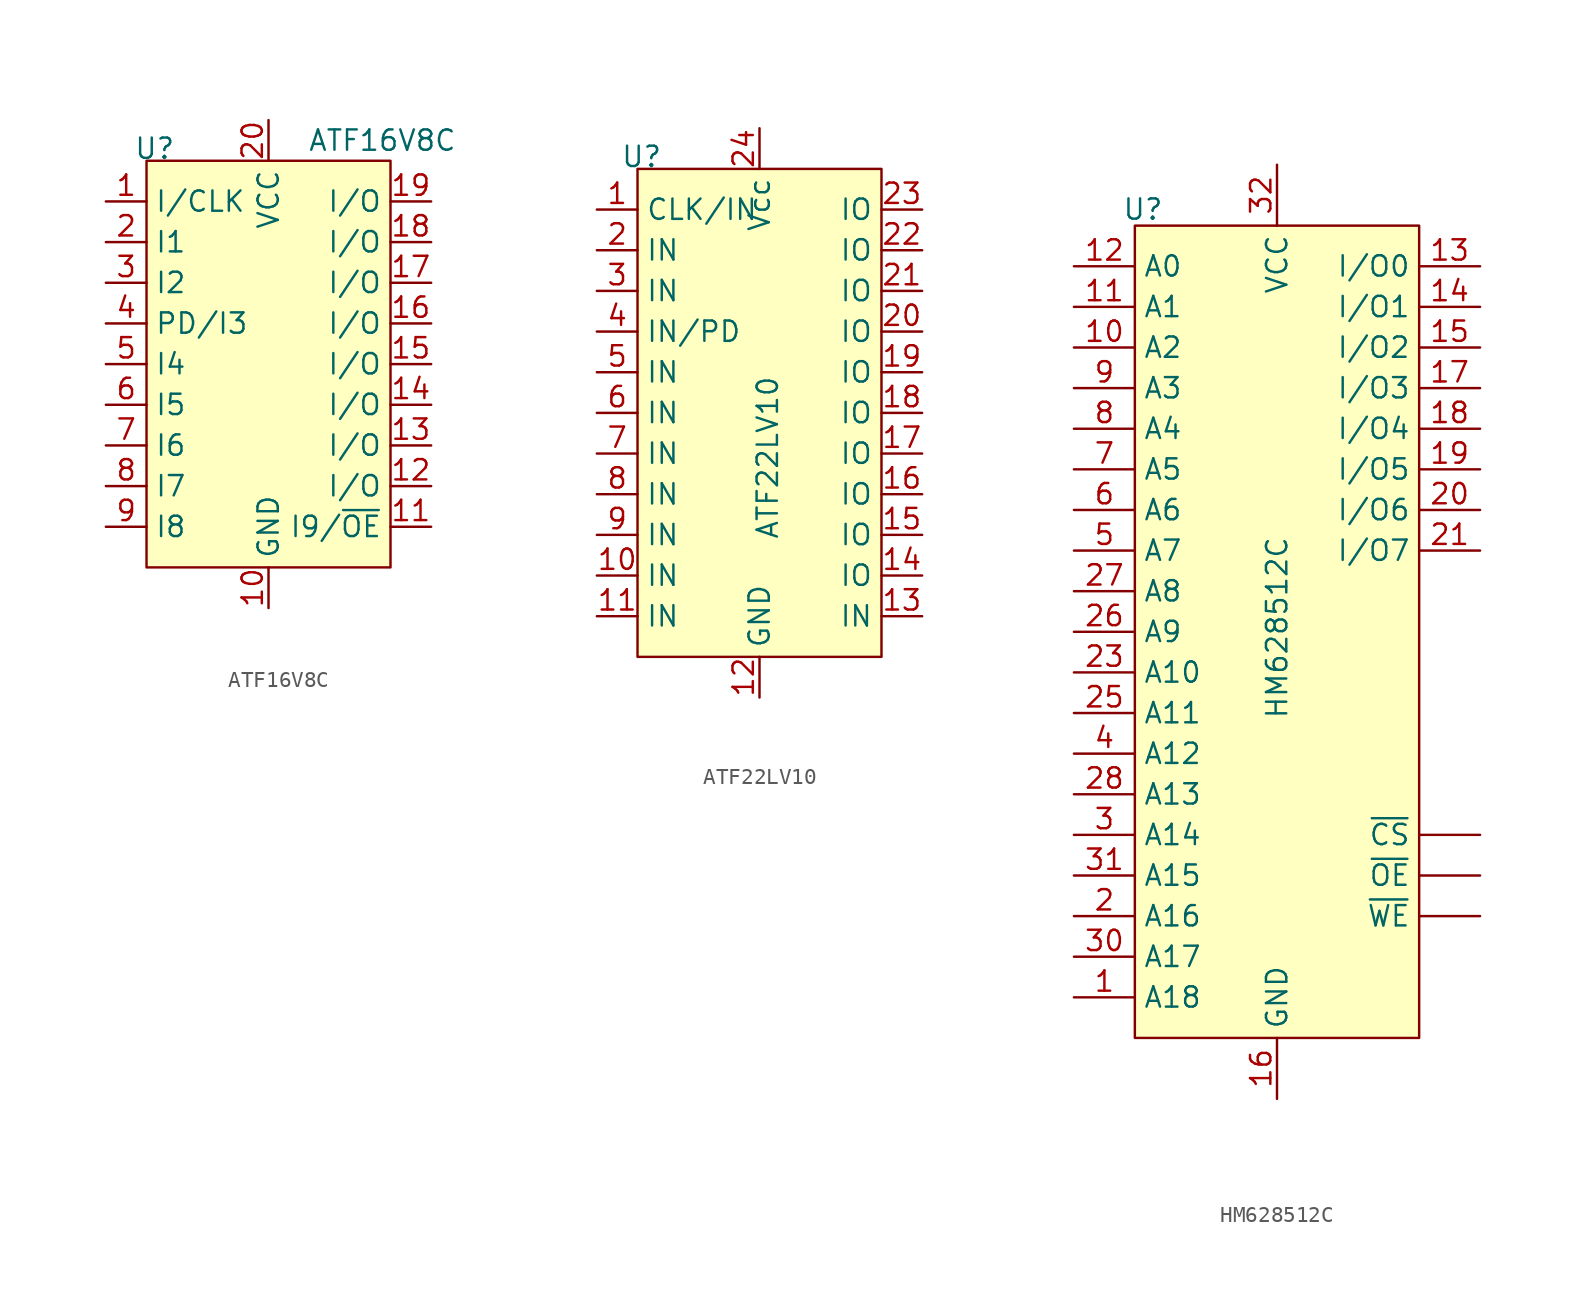
<source format=kicad_sym>
(kicad_symbol_lib
  (version 20231120)
  (generator "kicad_symbol_editor")
  (generator_version "8.0")
  (symbol "ATF16V8C"
    (property "Reference" "U"
      (at 0.508 0.762 0)
      (effects (font (size 1.27 1.27))))
    (property "Value" "ATF16V8C"
      (at 14.732 1.27 0)
      (effects (font (size 1.27 1.27))))
    (symbol "ATF16V8C_1_1"
      (rectangle (start 0 0) (end 15.24 -25.4) (stroke (width 0) (type default)) (fill (type background)))
      (pin input line (at -2.54 -2.54 0) (length 2.54) (name "I/CLK" (effects (font (size 1.27 1.27)))) (number "1" (effects (font (size 1.27 1.27)))))
      (pin power_in line (at 7.62 -27.94 90) (length 2.54) (name "GND" (effects (font (size 1.27 1.27)))) (number "10" (effects (font (size 1.27 1.27)))))
      (pin bidirectional line (at 17.78 -22.86 180) (length 2.54) (name "I9/~{OE}" (effects (font (size 1.27 1.27)))) (number "11" (effects (font (size 1.27 1.27)))))
      (pin bidirectional line (at 17.78 -20.32 180) (length 2.54) (name "I/O" (effects (font (size 1.27 1.27)))) (number "12" (effects (font (size 1.27 1.27)))))
      (pin bidirectional line (at 17.78 -17.78 180) (length 2.54) (name "I/O" (effects (font (size 1.27 1.27)))) (number "13" (effects (font (size 1.27 1.27)))))
      (pin bidirectional line (at 17.78 -15.24 180) (length 2.54) (name "I/O" (effects (font (size 1.27 1.27)))) (number "14" (effects (font (size 1.27 1.27)))))
      (pin bidirectional line (at 17.78 -12.7 180) (length 2.54) (name "I/O" (effects (font (size 1.27 1.27)))) (number "15" (effects (font (size 1.27 1.27)))))
      (pin bidirectional line (at 17.78 -10.16 180) (length 2.54) (name "I/O" (effects (font (size 1.27 1.27)))) (number "16" (effects (font (size 1.27 1.27)))))
      (pin bidirectional line (at 17.78 -7.62 180) (length 2.54) (name "I/O" (effects (font (size 1.27 1.27)))) (number "17" (effects (font (size 1.27 1.27)))))
      (pin bidirectional line (at 17.78 -5.08 180) (length 2.54) (name "I/O" (effects (font (size 1.27 1.27)))) (number "18" (effects (font (size 1.27 1.27)))))
      (pin bidirectional line (at 17.78 -2.54 180) (length 2.54) (name "I/O" (effects (font (size 1.27 1.27)))) (number "19" (effects (font (size 1.27 1.27)))))
      (pin input line (at -2.54 -5.08 0) (length 2.54) (name "I1" (effects (font (size 1.27 1.27)))) (number "2" (effects (font (size 1.27 1.27)))))
      (pin power_in line (at 7.62 2.54 270) (length 2.54) (name "VCC" (effects (font (size 1.27 1.27)))) (number "20" (effects (font (size 1.27 1.27)))))
      (pin input line (at -2.54 -7.62 0) (length 2.54) (name "I2" (effects (font (size 1.27 1.27)))) (number "3" (effects (font (size 1.27 1.27)))))
      (pin input line (at -2.54 -10.16 0) (length 2.54) (name "PD/I3" (effects (font (size 1.27 1.27)))) (number "4" (effects (font (size 1.27 1.27)))))
      (pin input line (at -2.54 -12.7 0) (length 2.54) (name "I4" (effects (font (size 1.27 1.27)))) (number "5" (effects (font (size 1.27 1.27)))))
      (pin input line (at -2.54 -15.24 0) (length 2.54) (name "I5" (effects (font (size 1.27 1.27)))) (number "6" (effects (font (size 1.27 1.27)))))
      (pin input line (at -2.54 -17.78 0) (length 2.54) (name "I6" (effects (font (size 1.27 1.27)))) (number "7" (effects (font (size 1.27 1.27)))))
      (pin input line (at -2.54 -20.32 0) (length 2.54) (name "I7" (effects (font (size 1.27 1.27)))) (number "8" (effects (font (size 1.27 1.27)))))
      (pin input line (at -2.54 -22.86 0) (length 2.54) (name "I8" (effects (font (size 1.27 1.27)))) (number "9" (effects (font (size 1.27 1.27)))))))
  (symbol "ATF22LV10"
    (property "Reference" "U"
      (at 0.254 0.762 0)
      (effects (font (size 1.27 1.27))))
    (property "Value" "ATF22LV10"
      (at 8.128 -18.034 90)
      (effects (font (size 1.27 1.27))))
    (symbol "ATF22LV10_1_1"
      (rectangle (start 0 0) (end 15.24 -30.48) (stroke (width 0) (type default)) (fill (type background)))
      (pin input line (at -2.54 -2.54 0) (length 2.54) (name "CLK/IN" (effects (font (size 1.27 1.27)))) (number "1" (effects (font (size 1.27 1.27)))))
      (pin input line (at -2.54 -25.4 0) (length 2.54) (name "IN" (effects (font (size 1.27 1.27)))) (number "10" (effects (font (size 1.27 1.27)))))
      (pin input line (at -2.54 -27.94 0) (length 2.54) (name "IN" (effects (font (size 1.27 1.27)))) (number "11" (effects (font (size 1.27 1.27)))))
      (pin power_in line (at 7.62 -33.02 90) (length 2.54) (name "GND" (effects (font (size 1.27 1.27)))) (number "12" (effects (font (size 1.27 1.27)))))
      (pin input line (at 17.78 -27.94 180) (length 2.54) (name "IN" (effects (font (size 1.27 1.27)))) (number "13" (effects (font (size 1.27 1.27)))))
      (pin bidirectional line (at 17.78 -25.4 180) (length 2.54) (name "IO" (effects (font (size 1.27 1.27)))) (number "14" (effects (font (size 1.27 1.27)))))
      (pin bidirectional line (at 17.78 -22.86 180) (length 2.54) (name "IO" (effects (font (size 1.27 1.27)))) (number "15" (effects (font (size 1.27 1.27)))))
      (pin bidirectional line (at 17.78 -20.32 180) (length 2.54) (name "IO" (effects (font (size 1.27 1.27)))) (number "16" (effects (font (size 1.27 1.27)))))
      (pin bidirectional line (at 17.78 -17.78 180) (length 2.54) (name "IO" (effects (font (size 1.27 1.27)))) (number "17" (effects (font (size 1.27 1.27)))))
      (pin bidirectional line (at 17.78 -15.24 180) (length 2.54) (name "IO" (effects (font (size 1.27 1.27)))) (number "18" (effects (font (size 1.27 1.27)))))
      (pin bidirectional line (at 17.78 -12.7 180) (length 2.54) (name "IO" (effects (font (size 1.27 1.27)))) (number "19" (effects (font (size 1.27 1.27)))))
      (pin input line (at -2.54 -5.08 0) (length 2.54) (name "IN" (effects (font (size 1.27 1.27)))) (number "2" (effects (font (size 1.27 1.27)))))
      (pin bidirectional line (at 17.78 -10.16 180) (length 2.54) (name "IO" (effects (font (size 1.27 1.27)))) (number "20" (effects (font (size 1.27 1.27)))))
      (pin bidirectional line (at 17.78 -7.62 180) (length 2.54) (name "IO" (effects (font (size 1.27 1.27)))) (number "21" (effects (font (size 1.27 1.27)))))
      (pin bidirectional line (at 17.78 -5.08 180) (length 2.54) (name "IO" (effects (font (size 1.27 1.27)))) (number "22" (effects (font (size 1.27 1.27)))))
      (pin bidirectional line (at 17.78 -2.54 180) (length 2.54) (name "IO" (effects (font (size 1.27 1.27)))) (number "23" (effects (font (size 1.27 1.27)))))
      (pin power_in line (at 7.62 2.54 270) (length 2.54) (name "Vcc" (effects (font (size 1.27 1.27)))) (number "24" (effects (font (size 1.27 1.27)))))
      (pin input line (at -2.54 -7.62 0) (length 2.54) (name "IN" (effects (font (size 1.27 1.27)))) (number "3" (effects (font (size 1.27 1.27)))))
      (pin input line (at -2.54 -10.16 0) (length 2.54) (name "IN/PD" (effects (font (size 1.27 1.27)))) (number "4" (effects (font (size 1.27 1.27)))))
      (pin input line (at -2.54 -12.7 0) (length 2.54) (name "IN" (effects (font (size 1.27 1.27)))) (number "5" (effects (font (size 1.27 1.27)))))
      (pin input line (at -2.54 -15.24 0) (length 2.54) (name "IN" (effects (font (size 1.27 1.27)))) (number "6" (effects (font (size 1.27 1.27)))))
      (pin input line (at -2.54 -17.78 0) (length 2.54) (name "IN" (effects (font (size 1.27 1.27)))) (number "7" (effects (font (size 1.27 1.27)))))
      (pin input line (at -2.54 -20.32 0) (length 2.54) (name "IN" (effects (font (size 1.27 1.27)))) (number "8" (effects (font (size 1.27 1.27)))))
      (pin input line (at -2.54 -22.86 0) (length 2.54) (name "IN" (effects (font (size 1.27 1.27)))) (number "9" (effects (font (size 1.27 1.27)))))))
  (symbol "HM628512C"
    (property "Reference" "U"
      (at 0.508 1.016 0)
      (effects (font (size 1.27 1.27))))
    (property "Value" "HM628512C"
      (at 8.89 -25.146 90)
      (effects (font (size 1.27 1.27))))
    (symbol "HM628512C_1_1"
      (rectangle (start 0 0) (end 17.78 -50.8) (stroke (width 0) (type default)) (fill (type background)))
      (pin bidirectional line (at 21.59 -38.1 180) (length 3.81) (name "~{CS}" (effects (font (size 1.27 1.27)))) (number "" (effects (font (size 1.27 1.27)))))
      (pin bidirectional line (at 21.59 -40.64 180) (length 3.81) (name "~{OE}" (effects (font (size 1.27 1.27)))) (number "" (effects (font (size 1.27 1.27)))))
      (pin bidirectional line (at 21.59 -43.18 180) (length 3.81) (name "~{WE}" (effects (font (size 1.27 1.27)))) (number "" (effects (font (size 1.27 1.27)))))
      (pin input line (at -3.81 -48.26 0) (length 3.81) (name "A18" (effects (font (size 1.27 1.27)))) (number "1" (effects (font (size 1.27 1.27)))))
      (pin input line (at -3.81 -7.62 0) (length 3.81) (name "A2" (effects (font (size 1.27 1.27)))) (number "10" (effects (font (size 1.27 1.27)))))
      (pin input line (at -3.81 -5.08 0) (length 3.81) (name "A1" (effects (font (size 1.27 1.27)))) (number "11" (effects (font (size 1.27 1.27)))))
      (pin input line (at -3.81 -2.54 0) (length 3.81) (name "A0" (effects (font (size 1.27 1.27)))) (number "12" (effects (font (size 1.27 1.27)))))
      (pin bidirectional line (at 21.59 -2.54 180) (length 3.81) (name "I/O0" (effects (font (size 1.27 1.27)))) (number "13" (effects (font (size 1.27 1.27)))))
      (pin bidirectional line (at 21.59 -5.08 180) (length 3.81) (name "I/O1" (effects (font (size 1.27 1.27)))) (number "14" (effects (font (size 1.27 1.27)))))
      (pin bidirectional line (at 21.59 -7.62 180) (length 3.81) (name "I/O2" (effects (font (size 1.27 1.27)))) (number "15" (effects (font (size 1.27 1.27)))))
      (pin power_in line (at 8.89 -54.61 90) (length 3.81) (name "GND" (effects (font (size 1.27 1.27)))) (number "16" (effects (font (size 1.27 1.27)))))
      (pin bidirectional line (at 21.59 -10.16 180) (length 3.81) (name "I/O3" (effects (font (size 1.27 1.27)))) (number "17" (effects (font (size 1.27 1.27)))))
      (pin bidirectional line (at 21.59 -12.7 180) (length 3.81) (name "I/O4" (effects (font (size 1.27 1.27)))) (number "18" (effects (font (size 1.27 1.27)))))
      (pin bidirectional line (at 21.59 -15.24 180) (length 3.81) (name "I/O5" (effects (font (size 1.27 1.27)))) (number "19" (effects (font (size 1.27 1.27)))))
      (pin input line (at -3.81 -43.18 0) (length 3.81) (name "A16" (effects (font (size 1.27 1.27)))) (number "2" (effects (font (size 1.27 1.27)))))
      (pin bidirectional line (at 21.59 -17.78 180) (length 3.81) (name "I/O6" (effects (font (size 1.27 1.27)))) (number "20" (effects (font (size 1.27 1.27)))))
      (pin bidirectional line (at 21.59 -20.32 180) (length 3.81) (name "I/O7" (effects (font (size 1.27 1.27)))) (number "21" (effects (font (size 1.27 1.27)))))
      (pin input line (at -3.81 -27.94 0) (length 3.81) (name "A10" (effects (font (size 1.27 1.27)))) (number "23" (effects (font (size 1.27 1.27)))))
      (pin input line (at -3.81 -30.48 0) (length 3.81) (name "A11" (effects (font (size 1.27 1.27)))) (number "25" (effects (font (size 1.27 1.27)))))
      (pin input line (at -3.81 -25.4 0) (length 3.81) (name "A9" (effects (font (size 1.27 1.27)))) (number "26" (effects (font (size 1.27 1.27)))))
      (pin input line (at -3.81 -22.86 0) (length 3.81) (name "A8" (effects (font (size 1.27 1.27)))) (number "27" (effects (font (size 1.27 1.27)))))
      (pin input line (at -3.81 -35.56 0) (length 3.81) (name "A13" (effects (font (size 1.27 1.27)))) (number "28" (effects (font (size 1.27 1.27)))))
      (pin input line (at -3.81 -38.1 0) (length 3.81) (name "A14" (effects (font (size 1.27 1.27)))) (number "3" (effects (font (size 1.27 1.27)))))
      (pin input line (at -3.81 -45.72 0) (length 3.81) (name "A17" (effects (font (size 1.27 1.27)))) (number "30" (effects (font (size 1.27 1.27)))))
      (pin input line (at -3.81 -40.64 0) (length 3.81) (name "A15" (effects (font (size 1.27 1.27)))) (number "31" (effects (font (size 1.27 1.27)))))
      (pin power_in line (at 8.89 3.81 270) (length 3.81) (name "VCC" (effects (font (size 1.27 1.27)))) (number "32" (effects (font (size 1.27 1.27)))))
      (pin input line (at -3.81 -33.02 0) (length 3.81) (name "A12" (effects (font (size 1.27 1.27)))) (number "4" (effects (font (size 1.27 1.27)))))
      (pin input line (at -3.81 -20.32 0) (length 3.81) (name "A7" (effects (font (size 1.27 1.27)))) (number "5" (effects (font (size 1.27 1.27)))))
      (pin input line (at -3.81 -17.78 0) (length 3.81) (name "A6" (effects (font (size 1.27 1.27)))) (number "6" (effects (font (size 1.27 1.27)))))
      (pin input line (at -3.81 -15.24 0) (length 3.81) (name "A5" (effects (font (size 1.27 1.27)))) (number "7" (effects (font (size 1.27 1.27)))))
      (pin input line (at -3.81 -12.7 0) (length 3.81) (name "A4" (effects (font (size 1.27 1.27)))) (number "8" (effects (font (size 1.27 1.27)))))
      (pin input line (at -3.81 -10.16 0) (length 3.81) (name "A3" (effects (font (size 1.27 1.27)))) (number "9" (effects (font (size 1.27 1.27))))))))
</source>
